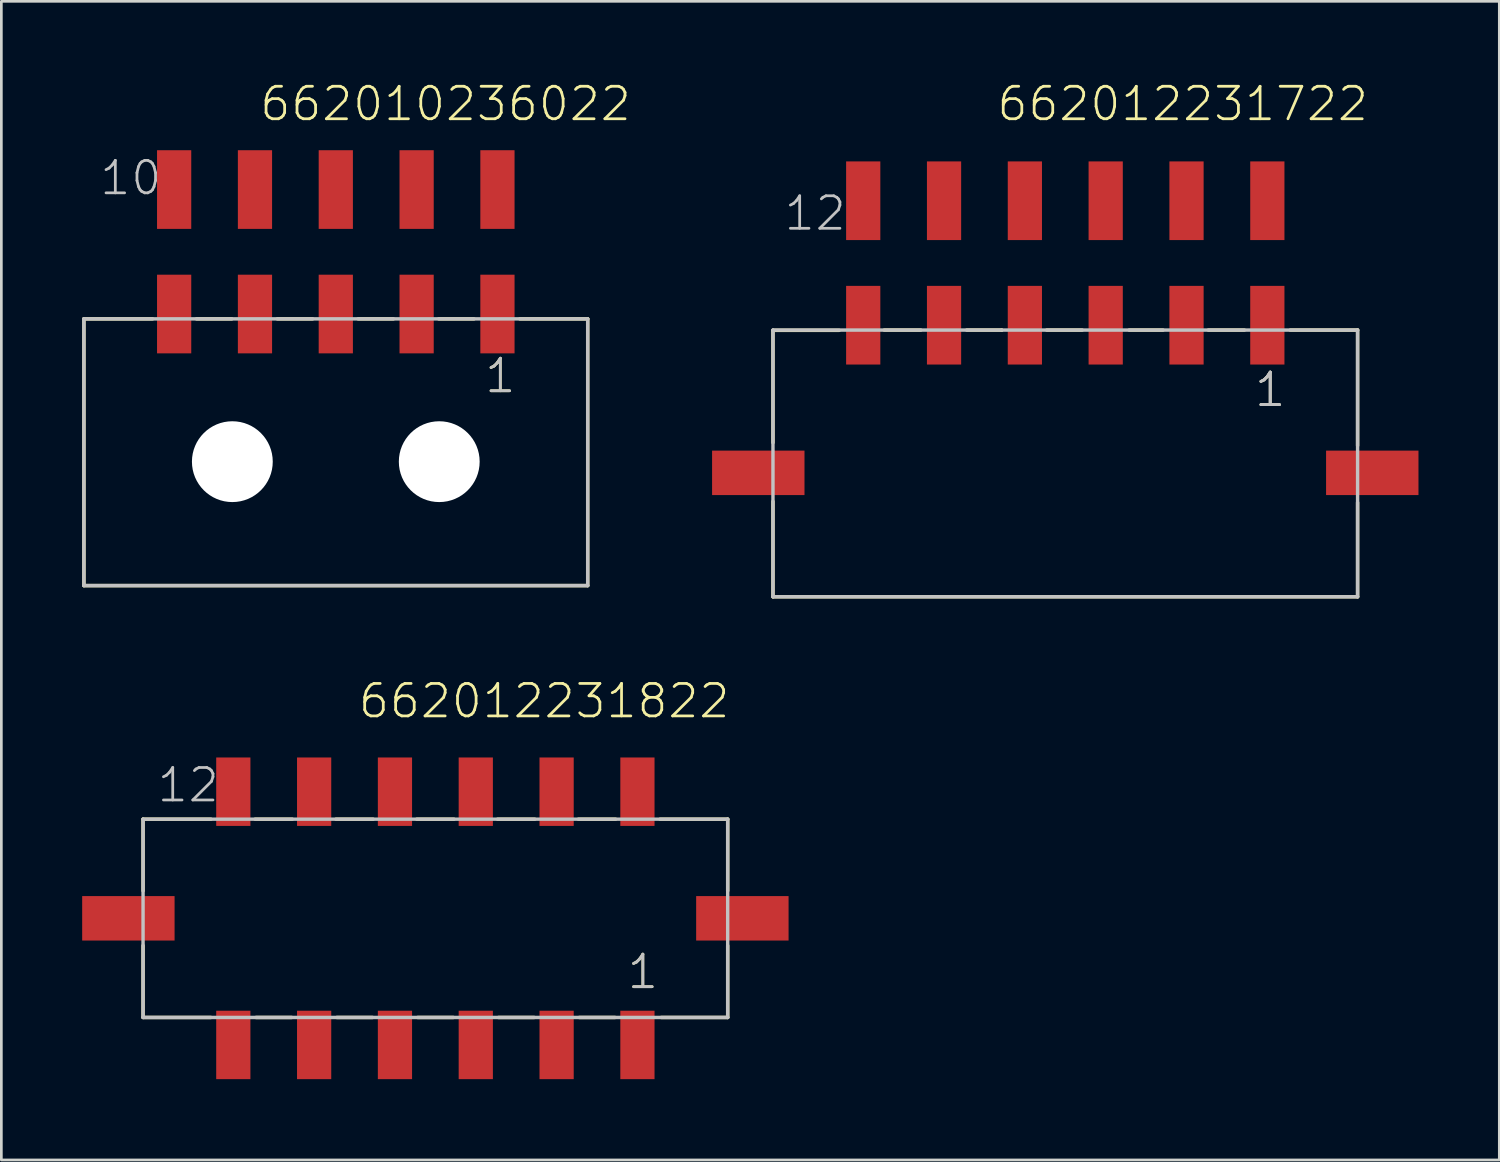
<source format=kicad_pcb>
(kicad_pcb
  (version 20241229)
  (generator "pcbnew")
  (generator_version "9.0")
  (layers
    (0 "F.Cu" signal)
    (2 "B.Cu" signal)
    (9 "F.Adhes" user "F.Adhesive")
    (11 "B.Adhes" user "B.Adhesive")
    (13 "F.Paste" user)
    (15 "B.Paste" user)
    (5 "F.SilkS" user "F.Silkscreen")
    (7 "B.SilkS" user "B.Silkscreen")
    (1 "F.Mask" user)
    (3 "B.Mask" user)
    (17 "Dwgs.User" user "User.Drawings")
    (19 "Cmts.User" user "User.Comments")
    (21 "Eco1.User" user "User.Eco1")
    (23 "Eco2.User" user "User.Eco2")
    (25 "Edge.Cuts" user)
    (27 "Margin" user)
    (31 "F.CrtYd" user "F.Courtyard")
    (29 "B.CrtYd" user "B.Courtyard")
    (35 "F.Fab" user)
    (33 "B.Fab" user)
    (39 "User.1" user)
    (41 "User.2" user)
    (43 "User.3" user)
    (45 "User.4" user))
  (footprint "662012231822"
    (layer "F.Cu")
    (at 13.11 31.036)
    (property "Reference" "662012231822" (at -2.92 -7.36 0) (layer "F.SilkS") (effects (font (size 1.206 1.206) (thickness 0.102)) (justify left bottom)))
    (attr through_hole)
    (fp_line (start -10.85 -3.68) (end -10.85 -1.02) (stroke (width 0.127) (type solid)) (layer "F.SilkS"))
    (fp_line (start -10.85 1.01) (end -10.85 3.68) (stroke (width 0.127) (type solid)) (layer "F.SilkS"))
    (fp_line (start -8.33 -3.68) (end -10.85 -3.68) (stroke (width 0.127) (type solid)) (layer "F.SilkS"))
    (fp_line (start -8.33 3.68) (end -10.85 3.68) (stroke (width 0.127) (type solid)) (layer "F.SilkS"))
    (fp_line (start -6.69 -3.68) (end -5.31 -3.68) (stroke (width 0.127) (type solid)) (layer "F.SilkS"))
    (fp_line (start -6.66 3.68) (end -5.33 3.68) (stroke (width 0.127) (type solid)) (layer "F.SilkS"))
    (fp_line (start -3.69 -3.68) (end -2.31 -3.68) (stroke (width 0.127) (type solid)) (layer "F.SilkS"))
    (fp_line (start -3.66 3.68) (end -2.33 3.68) (stroke (width 0.127) (type solid)) (layer "F.SilkS"))
    (fp_line (start -0.69 -3.68) (end 0.69 -3.68) (stroke (width 0.127) (type solid)) (layer "F.SilkS"))
    (fp_line (start -0.66 3.68) (end 0.67 3.68) (stroke (width 0.127) (type solid)) (layer "F.SilkS"))
    (fp_line (start 2.31 -3.68) (end 3.69 -3.68) (stroke (width 0.127) (type solid)) (layer "F.SilkS"))
    (fp_line (start 2.34 3.68) (end 3.67 3.68) (stroke (width 0.127) (type solid)) (layer "F.SilkS"))
    (fp_line (start 5.31 -3.68) (end 6.69 -3.68) (stroke (width 0.127) (type solid)) (layer "F.SilkS"))
    (fp_line (start 5.34 3.68) (end 6.67 3.68) (stroke (width 0.127) (type solid)) (layer "F.SilkS"))
    (fp_line (start 8.34 -3.68) (end 10.85 -3.68) (stroke (width 0.127) (type solid)) (layer "F.SilkS"))
    (fp_line (start 10.85 -3.68) (end 10.85 -1.02) (stroke (width 0.127) (type solid)) (layer "F.SilkS"))
    (fp_line (start 10.85 1.01) (end 10.85 3.68) (stroke (width 0.127) (type solid)) (layer "F.SilkS"))
    (fp_line (start 10.85 3.68) (end 8.38 3.68) (stroke (width 0.127) (type solid)) (layer "F.SilkS"))
    (fp_line (start -10.85 -3.68) (end 10.85 -3.68) (stroke (width 0.127) (type solid)) (layer "Dwgs.User"))
    (fp_line (start -10.85 3.68) (end -10.85 -3.68) (stroke (width 0.127) (type solid)) (layer "Dwgs.User"))
    (fp_line (start 10.85 -3.68) (end 10.85 3.68) (stroke (width 0.127) (type solid)) (layer "Dwgs.User"))
    (fp_line (start 10.85 3.68) (end -10.85 3.68) (stroke (width 0.127) (type solid)) (layer "Dwgs.User"))
    (fp_text user "1" (at 7.06 2.69 0) (layer "F.SilkS") (effects (font (size 1.206 1.206) (thickness 0.102)) (justify left bottom)))
    (fp_text user "1" (at 7.06 2.69 0) (layer "Dwgs.User") (effects (font (size 1.206 1.206) (thickness 0.102)) (justify left bottom)))
    (fp_text user "12" (at -10.39 -4.24 0) (layer "Dwgs.User") (effects (font (size 1.206 1.206) (thickness 0.102)) (justify left bottom)))
    (pad "1" smd rect (at 7.5 4.7 90) (size 2.54 1.27) (layers "F.Cu" "F.Mask" "F.Paste"))
    (pad "2" smd rect (at 4.5 4.7 90) (size 2.54 1.27) (layers "F.Cu" "F.Mask" "F.Paste"))
    (pad "3" smd rect (at 1.5 4.7 90) (size 2.54 1.27) (layers "F.Cu" "F.Mask" "F.Paste"))
    (pad "4" smd rect (at -1.5 4.7 90) (size 2.54 1.27) (layers "F.Cu" "F.Mask" "F.Paste"))
    (pad "5" smd rect (at -4.5 4.7 90) (size 2.54 1.27) (layers "F.Cu" "F.Mask" "F.Paste"))
    (pad "6" smd rect (at -7.5 4.7 90) (size 2.54 1.27) (layers "F.Cu" "F.Mask" "F.Paste"))
    (pad "7" smd rect (at 7.5 -4.7 90) (size 2.54 1.27) (layers "F.Cu" "F.Mask" "F.Paste"))
    (pad "8" smd rect (at 4.5 -4.7 90) (size 2.54 1.27) (layers "F.Cu" "F.Mask" "F.Paste"))
    (pad "9" smd rect (at 1.5 -4.7 90) (size 2.54 1.27) (layers "F.Cu" "F.Mask" "F.Paste"))
    (pad "10" smd rect (at -1.5 -4.7 90) (size 2.54 1.27) (layers "F.Cu" "F.Mask" "F.Paste"))
    (pad "11" smd rect (at -4.5 -4.7 90) (size 2.54 1.27) (layers "F.Cu" "F.Mask" "F.Paste"))
    (pad "12" smd rect (at -7.5 -4.7 90) (size 2.54 1.27) (layers "F.Cu" "F.Mask" "F.Paste"))
    (pad "M1" smd rect (at 11.395 0 180) (size 3.43 1.65) (layers "F.Cu" "F.Mask" "F.Paste"))
    (pad "M2" smd rect (at -11.395 0 180) (size 3.43 1.65) (layers "F.Cu" "F.Mask" "F.Paste")))
  (footprint "662012231722"
    (layer "F.Cu")
    (at 36.491 14.501)
    (property "Reference" "662012231722" (at -2.6 -12.99 0) (layer "F.SilkS") (effects (font (size 1.206 1.206) (thickness 0.102)) (justify left bottom)))
    (attr through_hole)
    (fp_line (start -10.85 -5.29) (end -10.85 -1.12) (stroke (width 0.127) (type solid)) (layer "F.SilkS"))
    (fp_line (start -10.85 1.06) (end -10.85 4.6) (stroke (width 0.127) (type solid)) (layer "F.SilkS"))
    (fp_line (start -10.85 4.6) (end 10.85 4.6) (stroke (width 0.127) (type solid)) (layer "F.SilkS"))
    (fp_line (start -8.39 -5.29) (end -10.85 -5.29) (stroke (width 0.127) (type solid)) (layer "F.SilkS"))
    (fp_line (start -6.72 -5.3) (end -5.36 -5.3) (stroke (width 0.127) (type solid)) (layer "F.SilkS"))
    (fp_line (start -3.66 -5.3) (end -2.36 -5.3) (stroke (width 0.127) (type solid)) (layer "F.SilkS"))
    (fp_line (start -2.36 -5.3) (end -2.36 -5.29) (stroke (width 0.127) (type solid)) (layer "F.SilkS"))
    (fp_line (start -0.69 -5.3) (end 0.63 -5.3) (stroke (width 0.127) (type solid)) (layer "F.SilkS"))
    (fp_line (start 2.37 -5.3) (end 3.63 -5.3) (stroke (width 0.127) (type solid)) (layer "F.SilkS"))
    (fp_line (start 5.31 -5.3) (end 6.65 -5.3) (stroke (width 0.127) (type solid)) (layer "F.SilkS"))
    (fp_line (start 8.35 -5.3) (end 10.85 -5.3) (stroke (width 0.127) (type solid)) (layer "F.SilkS"))
    (fp_line (start 10.85 -5.3) (end 10.85 -1.01) (stroke (width 0.127) (type solid)) (layer "F.SilkS"))
    (fp_line (start 10.85 4.6) (end 10.85 1.1) (stroke (width 0.127) (type solid)) (layer "F.SilkS"))
    (fp_line (start -10.85 -5.3) (end 10.85 -5.3) (stroke (width 0.127) (type solid)) (layer "Dwgs.User"))
    (fp_line (start -10.85 4.6) (end -10.85 -5.3) (stroke (width 0.127) (type solid)) (layer "Dwgs.User"))
    (fp_line (start 10.85 -5.3) (end 10.85 4.6) (stroke (width 0.127) (type solid)) (layer "Dwgs.User"))
    (fp_line (start 10.85 4.6) (end -10.85 4.6) (stroke (width 0.127) (type solid)) (layer "Dwgs.User"))
    (fp_text user "1" (at 6.965 -2.38 0) (layer "F.SilkS") (effects (font (size 1.206 1.206) (thickness 0.102)) (justify left bottom)))
    (fp_text user "1" (at 6.965 -2.38 0) (layer "Dwgs.User") (effects (font (size 1.206 1.206) (thickness 0.102)) (justify left bottom)))
    (fp_text user "12" (at -10.5 -8.925 0) (layer "Dwgs.User") (effects (font (size 1.206 1.206) (thickness 0.102)) (justify left bottom)))
    (fp_text user "1" (at 6.965 -2.38 0) (layer "Dwgs.User") (effects (font (size 1.206 1.206) (thickness 0.102)) (justify left bottom)))
    (pad "1" smd rect (at 7.5 -5.48 90) (size 2.92 1.27) (layers "F.Cu" "F.Mask" "F.Paste"))
    (pad "2" smd rect (at 4.5 -5.48 90) (size 2.92 1.27) (layers "F.Cu" "F.Mask" "F.Paste"))
    (pad "3" smd rect (at 1.5 -5.48 90) (size 2.92 1.27) (layers "F.Cu" "F.Mask" "F.Paste"))
    (pad "4" smd rect (at -1.5 -5.48 90) (size 2.92 1.27) (layers "F.Cu" "F.Mask" "F.Paste"))
    (pad "5" smd rect (at -4.5 -5.48 90) (size 2.92 1.27) (layers "F.Cu" "F.Mask" "F.Paste"))
    (pad "6" smd rect (at -7.5 -5.48 90) (size 2.92 1.27) (layers "F.Cu" "F.Mask" "F.Paste"))
    (pad "7" smd rect (at 7.5 -10.1 90) (size 2.92 1.27) (layers "F.Cu" "F.Mask" "F.Paste"))
    (pad "8" smd rect (at 4.5 -10.1 90) (size 2.92 1.27) (layers "F.Cu" "F.Mask" "F.Paste"))
    (pad "9" smd rect (at 1.5 -10.1 90) (size 2.92 1.27) (layers "F.Cu" "F.Mask" "F.Paste"))
    (pad "10" smd rect (at -1.5 -10.1 90) (size 2.92 1.27) (layers "F.Cu" "F.Mask" "F.Paste"))
    (pad "11" smd rect (at -4.5 -10.1 90) (size 2.92 1.27) (layers "F.Cu" "F.Mask" "F.Paste"))
    (pad "12" smd rect (at -7.5 -10.1 90) (size 2.92 1.27) (layers "F.Cu" "F.Mask" "F.Paste"))
    (pad "M1" smd rect (at 11.395 0) (size 3.43 1.65) (layers "F.Cu" "F.Mask" "F.Paste"))
    (pad "M2" smd rect (at -11.395 0) (size 3.43 1.65) (layers "F.Cu" "F.Mask" "F.Paste")))
  (footprint "662010236022"
    (layer "F.Cu")
    (at 9.414 14.086)
    (property "Reference" "662010236022" (at -2.885 -12.575 0) (layer "F.SilkS") (effects (font (size 1.206 1.206) (thickness 0.102)) (justify left bottom)))
    (attr through_hole)
    (fp_line (start -9.35 -5.3) (end -9.35 4.6) (stroke (width 0.127) (type solid)) (layer "F.SilkS"))
    (fp_line (start -9.35 4.6) (end 9.35 4.6) (stroke (width 0.127) (type solid)) (layer "F.SilkS"))
    (fp_line (start -6.8 -5.3) (end -9.35 -5.3) (stroke (width 0.127) (type solid)) (layer "F.SilkS"))
    (fp_line (start -5.17 -5.3) (end -3.86 -5.3) (stroke (width 0.127) (type solid)) (layer "F.SilkS"))
    (fp_line (start -2.17 -5.3) (end -0.86 -5.3) (stroke (width 0.127) (type solid)) (layer "F.SilkS"))
    (fp_line (start 0.83 -5.3) (end 2.14 -5.3) (stroke (width 0.127) (type solid)) (layer "F.SilkS"))
    (fp_line (start 3.82 -5.3) (end 5.13 -5.3) (stroke (width 0.127) (type solid)) (layer "F.SilkS"))
    (fp_line (start 6.83 -5.3) (end 9.35 -5.3) (stroke (width 0.127) (type solid)) (layer "F.SilkS"))
    (fp_line (start 9.35 4.6) (end 9.35 -5.3) (stroke (width 0.127) (type solid)) (layer "F.SilkS"))
    (fp_line (start -9.35 -5.3) (end 9.35 -5.3) (stroke (width 0.127) (type solid)) (layer "Dwgs.User"))
    (fp_line (start -9.35 4.6) (end -9.35 -5.3) (stroke (width 0.127) (type solid)) (layer "Dwgs.User"))
    (fp_line (start 9.35 -5.3) (end 9.35 4.6) (stroke (width 0.127) (type solid)) (layer "Dwgs.User"))
    (fp_line (start 9.35 4.6) (end -9.35 4.6) (stroke (width 0.127) (type solid)) (layer "Dwgs.User"))
    (fp_text user "1" (at 5.465 -2.48 0) (layer "F.SilkS") (effects (font (size 1.206 1.206) (thickness 0.102)) (justify left bottom)))
    (fp_text user "1" (at 5.465 -2.48 0) (layer "Dwgs.User") (effects (font (size 1.206 1.206) (thickness 0.102)) (justify left bottom)))
    (fp_text user "10" (at -8.825 -9.825 0) (layer "Dwgs.User") (effects (font (size 1.206 1.206) (thickness 0.102)) (justify left bottom)))
    (pad "" np_thru_hole circle (at -3.84 0) (size 3 3) (drill 3) (layers "*.Cu"))
    (pad "" np_thru_hole circle (at 3.84 0) (size 3 3) (drill 3) (layers "*.Cu"))
    (pad "1" smd rect (at 6 -5.48 90) (size 2.92 1.27) (layers "F.Cu" "F.Mask" "F.Paste"))
    (pad "2" smd rect (at 3 -5.48 90) (size 2.92 1.27) (layers "F.Cu" "F.Mask" "F.Paste"))
    (pad "3" smd rect (at 0 -5.48 90) (size 2.92 1.27) (layers "F.Cu" "F.Mask" "F.Paste"))
    (pad "4" smd rect (at -3 -5.48 90) (size 2.92 1.27) (layers "F.Cu" "F.Mask" "F.Paste"))
    (pad "5" smd rect (at -6 -5.48 90) (size 2.92 1.27) (layers "F.Cu" "F.Mask" "F.Paste"))
    (pad "6" smd rect (at 6 -10.1 90) (size 2.92 1.27) (layers "F.Cu" "F.Mask" "F.Paste"))
    (pad "7" smd rect (at 3 -10.1 90) (size 2.92 1.27) (layers "F.Cu" "F.Mask" "F.Paste"))
    (pad "8" smd rect (at 0 -10.1 90) (size 2.92 1.27) (layers "F.Cu" "F.Mask" "F.Paste"))
    (pad "9" smd rect (at -3 -10.1 90) (size 2.92 1.27) (layers "F.Cu" "F.Mask" "F.Paste"))
    (pad "10" smd rect (at -6 -10.1 90) (size 2.92 1.27) (layers "F.Cu" "F.Mask" "F.Paste")))
  (gr_rect
    (start -3 -3)
    (end 52.601 40.006)
    (stroke (width 0.1) (type default))
    (fill no)
    (layer "Edge.Cuts")))
</source>
